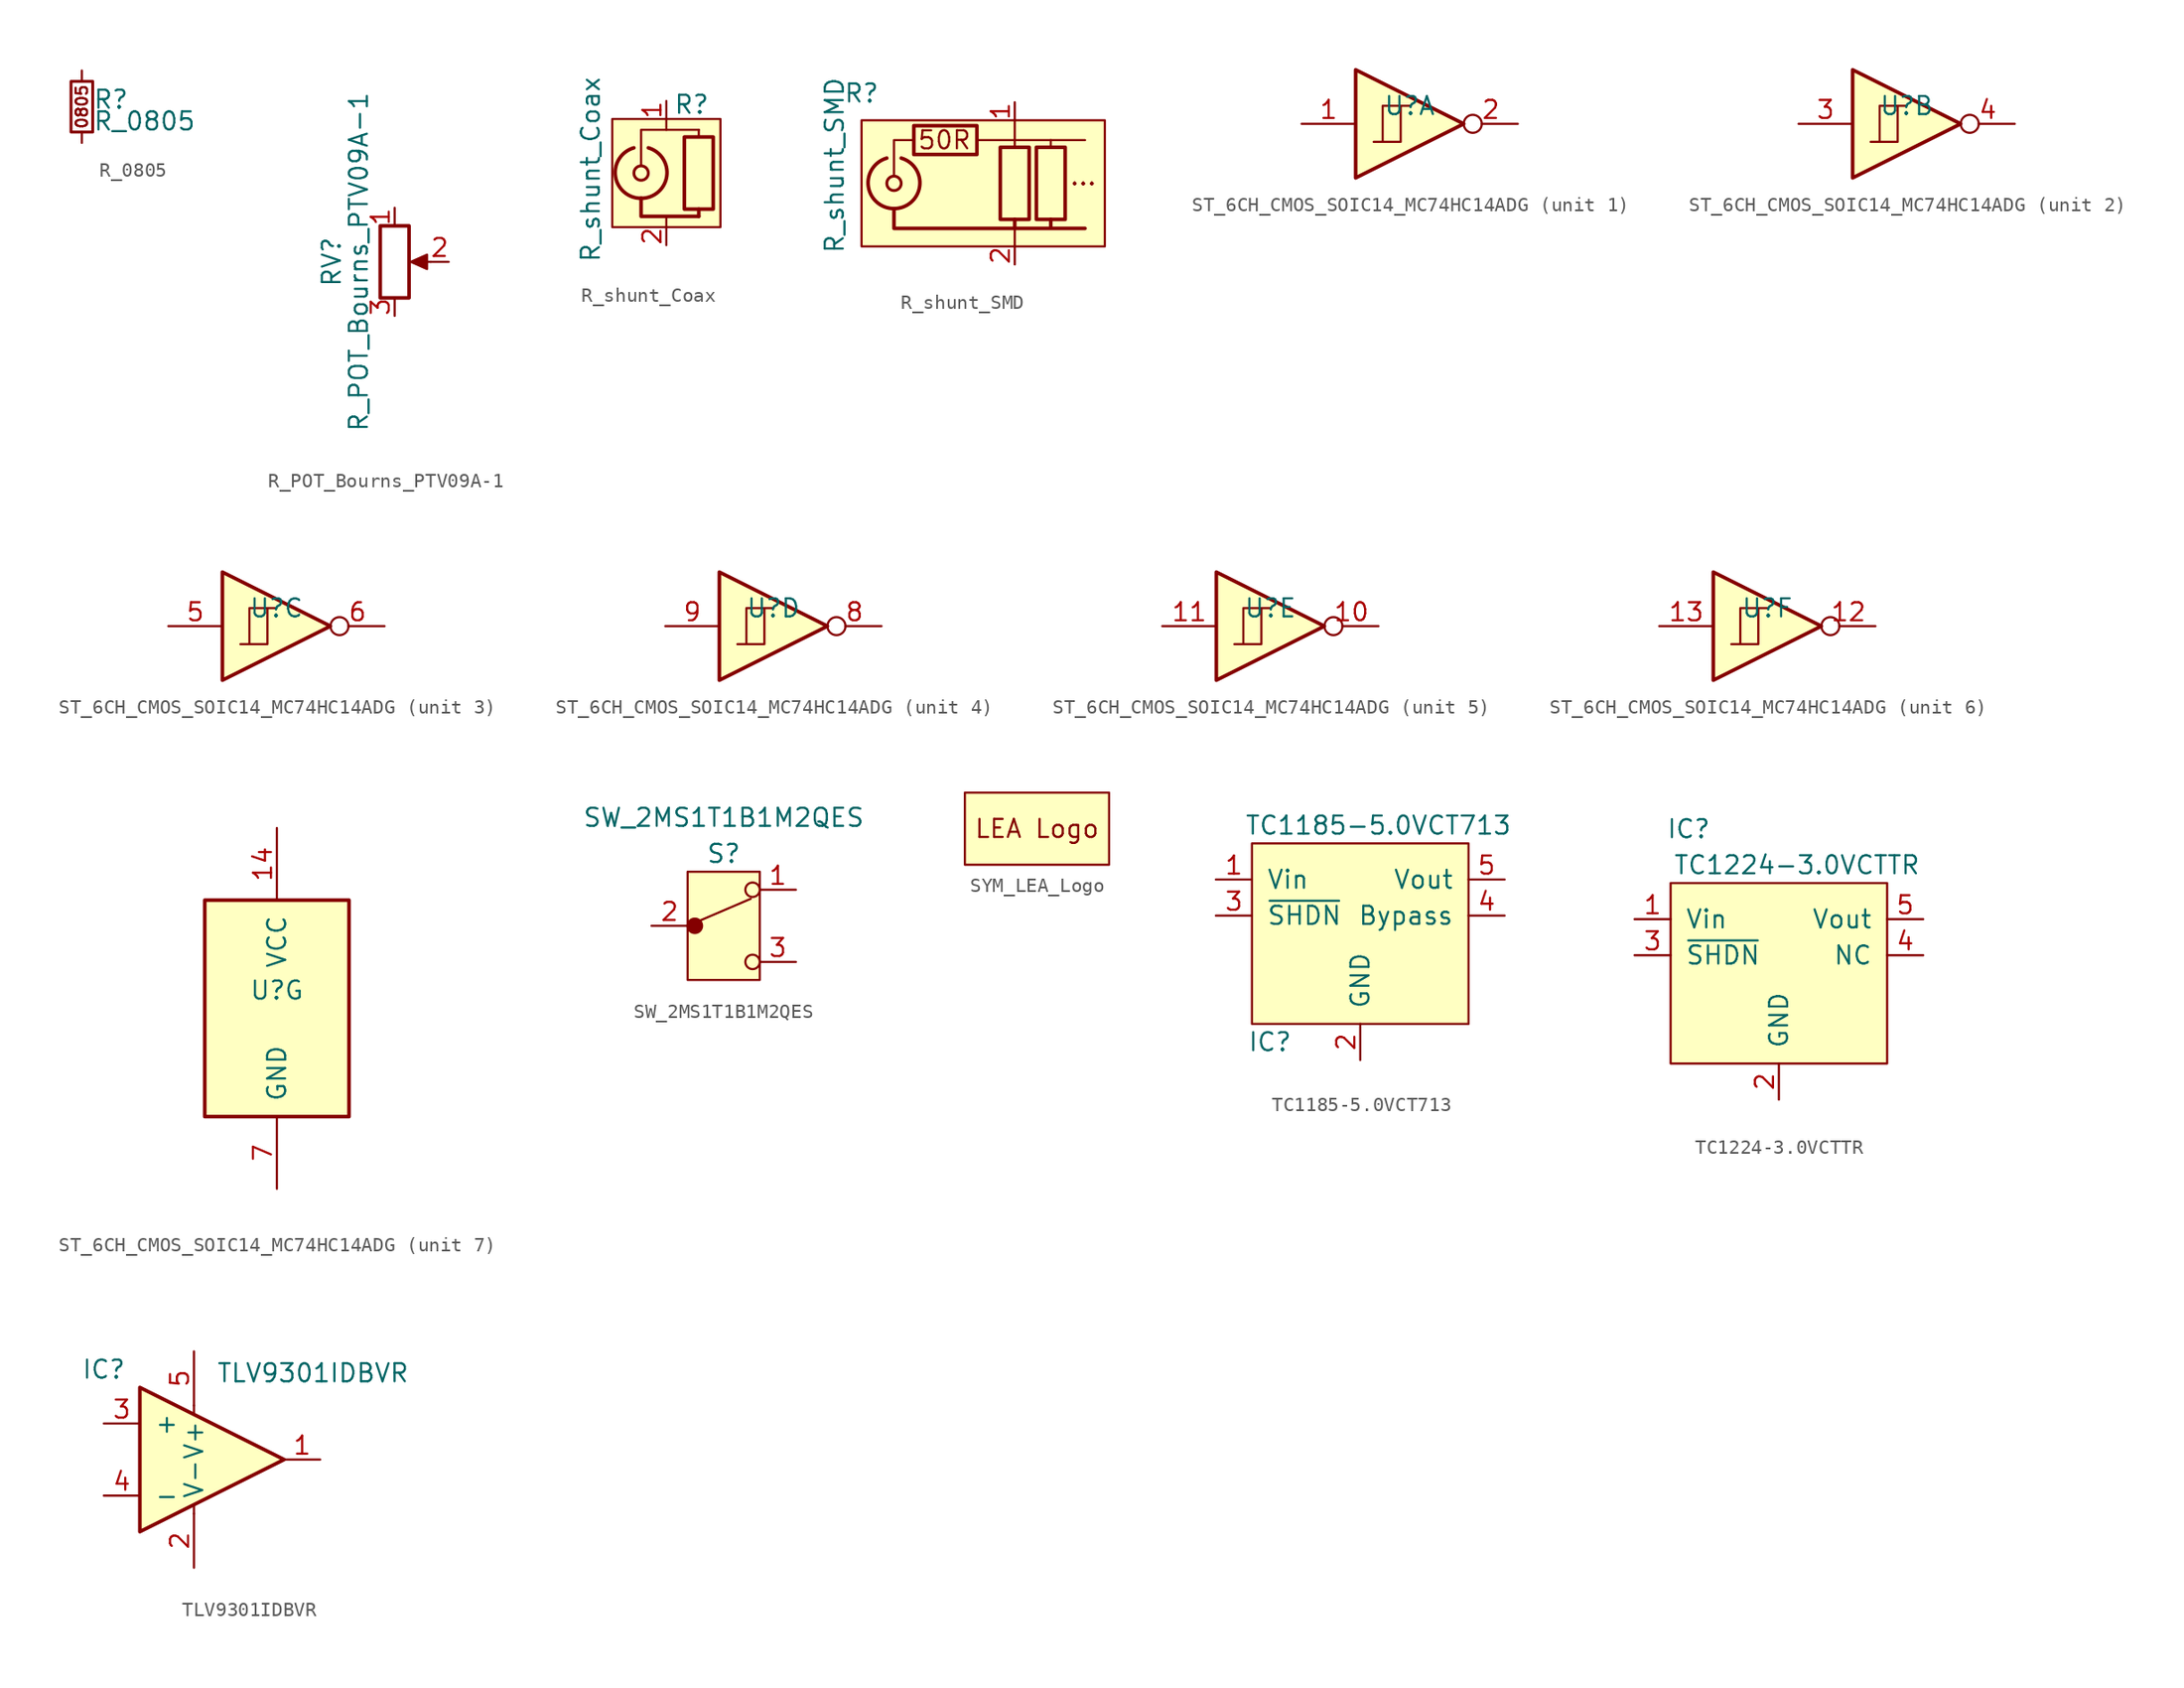
<source format=kicad_sym>
(kicad_symbol_lib
  (version 20211014)
  (generator kicad_symbol_editor)
  (symbol "R_0805"
    (pin_numbers hide)
    (pin_names
      (offset 0.254) hide)
    (property "Reference" "R"
      (at 0.762 0.508 0)
      (effects (font (size 1.27 1.27)) (justify left)))
    (property "Value" "R_0805"
      (at 0.762 -1.016 0)
      (effects (font (size 1.27 1.27)) (justify left)))
    (symbol "R_0805_0_0"
      (text "0805" (at 0 0 900) (effects (font (size 0.8 0.8)))))
    (symbol "R_0805_0_1"
      (rectangle (start -0.762 1.778) (end 0.762 -1.778) (stroke (width 0.203) (type default) (color 0 0 0 0)) (fill (type none))))
    (symbol "R_0805_1_1"
      (pin passive line (at 0 2.54 270) (length 0.762) (name "~" (effects (font (size 1.27 1.27)))) (number "1" (effects (font (size 1.27 1.27)))))
      (pin passive line (at 0 -2.54 90) (length 0.762) (name "~" (effects (font (size 1.27 1.27)))) (number "2" (effects (font (size 1.27 1.27)))))))
  (symbol "R_POT_Bourns_PTV09A-1"
    (pin_names
      (offset 1.016) hide)
    (property "Reference" "RV"
      (at -4.445 0 90)
      (effects (font (size 1.27 1.27))))
    (property "Value" "R_POT_Bourns_PTV09A-1"
      (at -2.54 0 90)
      (effects (font (size 1.27 1.27))))
    (symbol "R_POT_Bourns_PTV09A-1_0_1"
      (polyline (pts (xy 2.54 0) (xy 1.524 0)) (stroke (width 0) (type default) (color 0 0 0 0)) (fill (type none)))
      (polyline (pts (xy 1.143 0) (xy 2.286 0.508) (xy 2.286 -0.508) (xy 1.143 0)) (stroke (width 0) (type default) (color 0 0 0 0)) (fill (type outline)))
      (rectangle (start 1.016 2.54) (end -1.016 -2.54) (stroke (width 0.254) (type default) (color 0 0 0 0)) (fill (type none))))
    (symbol "R_POT_Bourns_PTV09A-1_1_1"
      (pin passive line (at 0 3.81 270) (length 1.27) (name "1" (effects (font (size 1.27 1.27)))) (number "1" (effects (font (size 1.27 1.27)))))
      (pin passive line (at 3.81 0 180) (length 1.27) (name "2" (effects (font (size 1.27 1.27)))) (number "2" (effects (font (size 1.27 1.27)))))
      (pin passive line (at 0 -3.81 90) (length 1.27) (name "3" (effects (font (size 1.27 1.27)))) (number "3" (effects (font (size 1.27 1.27)))))))
  (symbol "R_shunt_Coax"
    (property "Reference" "R"
      (at 1.778 4.826 0)
      (effects (font (size 1.27 1.27))))
    (property "Value" "R_shunt_Coax"
      (at -5.334 0.254 90)
      (effects (font (size 1.27 1.27))))
    (symbol "R_shunt_Coax_0_0"
      (polyline (pts (xy 2.286 2.54) (xy 2.286 3.048)) (stroke (width 0) (type default) (color 0 0 0 0)) (fill (type none)))
      (polyline (pts (xy 2.286 -3.048) (xy -1.778 -3.048) (xy -1.778 -1.778)) (stroke (width 0.254) (type default) (color 0 0 0 0)) (fill (type none)))
      (polyline (pts (xy 2.286 3.048) (xy -1.778 3.048) (xy -1.778 0.508)) (stroke (width 0) (type default) (color 0 0 0 0)) (fill (type none))))
    (symbol "R_shunt_Coax_0_1"
      (rectangle (start -3.81 3.81) (end 3.81 -3.81) (stroke (width 0) (type default) (color 0 0 0 0)) (fill (type background)))
      (arc (start -2.286 1.778) (mid -3.586 -0.222) (end -1.778 -1.778) (stroke (width 0.254) (type default) (color 0 0 0 0)) (fill (type none)))
      (arc (start -1.778 -1.778) (mid 0.0303 -0.222) (end -1.27 1.778) (stroke (width 0.254) (type default) (color 0 0 0 0)) (fill (type none)))
      (circle (center -1.778 0) (radius 0.508) (stroke (width 0.203) (type default) (color 0 0 0 0)) (fill (type none)))
      (polyline (pts (xy 0 -3.81) (xy 0 -3.048)) (stroke (width 0) (type default) (color 0 0 0 0)) (fill (type none)))
      (polyline (pts (xy 0 3.81) (xy 0 3.048)) (stroke (width 0) (type default) (color 0 0 0 0)) (fill (type none)))
      (polyline (pts (xy 2.286 -2.54) (xy 2.286 -3.048)) (stroke (width 0.254) (type default) (color 0 0 0 0)) (fill (type none)))
      (rectangle (start 1.27 -2.54) (end 3.302 2.54) (stroke (width 0.254) (type default) (color 0 0 0 0)) (fill (type none))))
    (symbol "R_shunt_Coax_1_1"
      (pin passive line (at 0 5.08 270) (length 1.27) (name "~" (effects (font (size 1.27 1.27)))) (number "1" (effects (font (size 1.27 1.27)))))
      (pin passive line (at 0 -5.08 90) (length 1.27) (name "~" (effects (font (size 1.27 1.27)))) (number "2" (effects (font (size 1.27 1.27)))))))
  (symbol "R_shunt_SMD"
    (property "Reference" "R"
      (at -10.795 5.715 0)
      (effects (font (size 1.27 1.27))))
    (property "Value" "R_shunt_SMD"
      (at -12.7 0.635 90)
      (effects (font (size 1.27 1.27))))
    (symbol "R_shunt_SMD_0_0"
      (polyline (pts (xy 0 1.905) (xy 0 2.413)) (stroke (width 0) (type default) (color 0 0 0 0)) (fill (type none)))
      (polyline (pts (xy 2.54 1.905) (xy 2.54 2.413)) (stroke (width 0) (type default) (color 0 0 0 0)) (fill (type none)))
      (polyline (pts (xy 4.953 2.413) (xy -2.667 2.413)) (stroke (width 0) (type default) (color 0 0 0 0)) (fill (type none)))
      (polyline (pts (xy -7.112 2.413) (xy -8.509 2.413) (xy -8.509 -0.127)) (stroke (width 0) (type default) (color 0 0 0 0)) (fill (type none)))
      (polyline (pts (xy 4.953 -3.81) (xy -8.509 -3.81) (xy -8.509 -2.54)) (stroke (width 0.254) (type default) (color 0 0 0 0)) (fill (type none)))
      (text "..." (at 4.826 -0.127 0) (effects (font (size 1.27 1.27))))
      (text "50R" (at -4.953 2.413 0) (effects (font (size 1.27 1.27)))))
    (symbol "R_shunt_SMD_0_1"
      (rectangle (start -10.795 3.81) (end 6.35 -5.08) (stroke (width 0) (type default) (color 0 0 0 0)) (fill (type background)))
      (arc (start -9.017 1.143) (mid -10.317 -0.857) (end -8.509 -2.413) (stroke (width 0.254) (type default) (color 0 0 0 0)) (fill (type none)))
      (arc (start -8.509 -2.413) (mid -6.7007 -0.857) (end -8.001 1.143) (stroke (width 0.254) (type default) (color 0 0 0 0)) (fill (type none)))
      (circle (center -8.509 -0.635) (radius 0.508) (stroke (width 0.203) (type default) (color 0 0 0 0)) (fill (type none)))
      (rectangle (start -7.112 3.429) (end -2.667 1.397) (stroke (width 0.254) (type default) (color 0 0 0 0)) (fill (type none)))
      (rectangle (start -1.016 -3.175) (end 1.016 1.905) (stroke (width 0.254) (type default) (color 0 0 0 0)) (fill (type none)))
      (polyline (pts (xy 0 -5.08) (xy 0 -3.81)) (stroke (width 0) (type default) (color 0 0 0 0)) (fill (type none)))
      (polyline (pts (xy 0 -3.175) (xy 0 -3.683)) (stroke (width 0.254) (type default) (color 0 0 0 0)) (fill (type none)))
      (polyline (pts (xy 0 2.413) (xy 0 3.81)) (stroke (width 0) (type default) (color 0 0 0 0)) (fill (type none)))
      (polyline (pts (xy 2.54 -3.175) (xy 2.54 -3.683)) (stroke (width 0.254) (type default) (color 0 0 0 0)) (fill (type none)))
      (rectangle (start 1.524 -3.175) (end 3.556 1.905) (stroke (width 0.254) (type default) (color 0 0 0 0)) (fill (type none))))
    (symbol "R_shunt_SMD_1_1"
      (pin passive line (at 0 5.08 270) (length 1.27) (name "~" (effects (font (size 1.27 1.27)))) (number "1" (effects (font (size 1.27 1.27)))))
      (pin passive line (at 0 -6.35 90) (length 1.27) (name "~" (effects (font (size 1.27 1.27)))) (number "2" (effects (font (size 1.27 1.27)))))))
  (symbol "ST_6CH_CMOS_SOIC14_MC74HC14ADG"
    (pin_names
      (offset 1.016))
    (property "Reference" "U"
      (at 0 1.27 0)
      (effects (font (size 1.27 1.27))))
    (property "ki_locked" ""
      (at 0 0 0)
      (effects (font (size 1.27 1.27))))
    (symbol "ST_6CH_CMOS_SOIC14_MC74HC14ADG_1_0"
      (polyline (pts (xy -3.81 3.81) (xy -3.81 -3.81) (xy 3.81 0) (xy -3.81 3.81)) (stroke (width 0.254) (type default) (color 0 0 0 0)) (fill (type background)))
      (pin input line (at -7.62 0 0) (length 3.81) (name "~" (effects (font (size 1.27 1.27)))) (number "1" (effects (font (size 1.27 1.27)))))
      (pin output inverted (at 7.62 0 180) (length 3.81) (name "~" (effects (font (size 1.27 1.27)))) (number "2" (effects (font (size 1.27 1.27))))))
    (symbol "ST_6CH_CMOS_SOIC14_MC74HC14ADG_1_1"
      (polyline (pts (xy -1.905 -1.27) (xy -1.905 1.27) (xy -0.635 1.27)) (stroke (width 0) (type default) (color 0 0 0 0)) (fill (type none)))
      (polyline (pts (xy -2.54 -1.27) (xy -0.635 -1.27) (xy -0.635 1.27) (xy 0 1.27)) (stroke (width 0) (type default) (color 0 0 0 0)) (fill (type none))))
    (symbol "ST_6CH_CMOS_SOIC14_MC74HC14ADG_2_0"
      (polyline (pts (xy -3.81 3.81) (xy -3.81 -3.81) (xy 3.81 0) (xy -3.81 3.81)) (stroke (width 0.254) (type default) (color 0 0 0 0)) (fill (type background)))
      (pin input line (at -7.62 0 0) (length 3.81) (name "~" (effects (font (size 1.27 1.27)))) (number "3" (effects (font (size 1.27 1.27)))))
      (pin output inverted (at 7.62 0 180) (length 3.81) (name "~" (effects (font (size 1.27 1.27)))) (number "4" (effects (font (size 1.27 1.27))))))
    (symbol "ST_6CH_CMOS_SOIC14_MC74HC14ADG_2_1"
      (polyline (pts (xy -1.905 -1.27) (xy -1.905 1.27) (xy -0.635 1.27)) (stroke (width 0) (type default) (color 0 0 0 0)) (fill (type none)))
      (polyline (pts (xy -2.54 -1.27) (xy -0.635 -1.27) (xy -0.635 1.27) (xy 0 1.27)) (stroke (width 0) (type default) (color 0 0 0 0)) (fill (type none))))
    (symbol "ST_6CH_CMOS_SOIC14_MC74HC14ADG_3_0"
      (polyline (pts (xy -3.81 3.81) (xy -3.81 -3.81) (xy 3.81 0) (xy -3.81 3.81)) (stroke (width 0.254) (type default) (color 0 0 0 0)) (fill (type background)))
      (pin input line (at -7.62 0 0) (length 3.81) (name "~" (effects (font (size 1.27 1.27)))) (number "5" (effects (font (size 1.27 1.27)))))
      (pin output inverted (at 7.62 0 180) (length 3.81) (name "~" (effects (font (size 1.27 1.27)))) (number "6" (effects (font (size 1.27 1.27))))))
    (symbol "ST_6CH_CMOS_SOIC14_MC74HC14ADG_3_1"
      (polyline (pts (xy -1.905 -1.27) (xy -1.905 1.27) (xy -0.635 1.27)) (stroke (width 0) (type default) (color 0 0 0 0)) (fill (type none)))
      (polyline (pts (xy -2.54 -1.27) (xy -0.635 -1.27) (xy -0.635 1.27) (xy 0 1.27)) (stroke (width 0) (type default) (color 0 0 0 0)) (fill (type none))))
    (symbol "ST_6CH_CMOS_SOIC14_MC74HC14ADG_4_0"
      (polyline (pts (xy -3.81 3.81) (xy -3.81 -3.81) (xy 3.81 0) (xy -3.81 3.81)) (stroke (width 0.254) (type default) (color 0 0 0 0)) (fill (type background)))
      (pin output inverted (at 7.62 0 180) (length 3.81) (name "~" (effects (font (size 1.27 1.27)))) (number "8" (effects (font (size 1.27 1.27)))))
      (pin input line (at -7.62 0 0) (length 3.81) (name "~" (effects (font (size 1.27 1.27)))) (number "9" (effects (font (size 1.27 1.27))))))
    (symbol "ST_6CH_CMOS_SOIC14_MC74HC14ADG_4_1"
      (polyline (pts (xy -1.905 -1.27) (xy -1.905 1.27) (xy -0.635 1.27)) (stroke (width 0) (type default) (color 0 0 0 0)) (fill (type none)))
      (polyline (pts (xy -2.54 -1.27) (xy -0.635 -1.27) (xy -0.635 1.27) (xy 0 1.27)) (stroke (width 0) (type default) (color 0 0 0 0)) (fill (type none))))
    (symbol "ST_6CH_CMOS_SOIC14_MC74HC14ADG_5_0"
      (polyline (pts (xy -3.81 3.81) (xy -3.81 -3.81) (xy 3.81 0) (xy -3.81 3.81)) (stroke (width 0.254) (type default) (color 0 0 0 0)) (fill (type background)))
      (pin output inverted (at 7.62 0 180) (length 3.81) (name "~" (effects (font (size 1.27 1.27)))) (number "10" (effects (font (size 1.27 1.27)))))
      (pin input line (at -7.62 0 0) (length 3.81) (name "~" (effects (font (size 1.27 1.27)))) (number "11" (effects (font (size 1.27 1.27))))))
    (symbol "ST_6CH_CMOS_SOIC14_MC74HC14ADG_5_1"
      (polyline (pts (xy -1.905 -1.27) (xy -1.905 1.27) (xy -0.635 1.27)) (stroke (width 0) (type default) (color 0 0 0 0)) (fill (type none)))
      (polyline (pts (xy -2.54 -1.27) (xy -0.635 -1.27) (xy -0.635 1.27) (xy 0 1.27)) (stroke (width 0) (type default) (color 0 0 0 0)) (fill (type none))))
    (symbol "ST_6CH_CMOS_SOIC14_MC74HC14ADG_6_0"
      (polyline (pts (xy -3.81 3.81) (xy -3.81 -3.81) (xy 3.81 0) (xy -3.81 3.81)) (stroke (width 0.254) (type default) (color 0 0 0 0)) (fill (type background)))
      (pin output inverted (at 7.62 0 180) (length 3.81) (name "~" (effects (font (size 1.27 1.27)))) (number "12" (effects (font (size 1.27 1.27)))))
      (pin input line (at -7.62 0 0) (length 3.81) (name "~" (effects (font (size 1.27 1.27)))) (number "13" (effects (font (size 1.27 1.27))))))
    (symbol "ST_6CH_CMOS_SOIC14_MC74HC14ADG_6_1"
      (polyline (pts (xy -1.905 -1.27) (xy -1.905 1.27) (xy -0.635 1.27)) (stroke (width 0) (type default) (color 0 0 0 0)) (fill (type none)))
      (polyline (pts (xy -2.54 -1.27) (xy -0.635 -1.27) (xy -0.635 1.27) (xy 0 1.27)) (stroke (width 0) (type default) (color 0 0 0 0)) (fill (type none))))
    (symbol "ST_6CH_CMOS_SOIC14_MC74HC14ADG_7_0"
      (pin power_in line (at 0 12.7 270) (length 5.08) (name "VCC" (effects (font (size 1.27 1.27)))) (number "14" (effects (font (size 1.27 1.27)))))
      (pin power_in line (at 0 -12.7 90) (length 5.08) (name "GND" (effects (font (size 1.27 1.27)))) (number "7" (effects (font (size 1.27 1.27))))))
    (symbol "ST_6CH_CMOS_SOIC14_MC74HC14ADG_7_1"
      (rectangle (start -5.08 7.62) (end 5.08 -7.62) (stroke (width 0.254) (type default) (color 0 0 0 0)) (fill (type background)))))
  (symbol "SW_2MS1T1B1M2QES"
    (pin_names hide)
    (property "Reference" "S"
      (at 0 5.08 0)
      (effects (font (size 1.27 1.27))))
    (property "Value" "SW_2MS1T1B1M2QES"
      (at 0 7.62 0)
      (effects (font (size 1.27 1.27))))
    (symbol "SW_2MS1T1B1M2QES_1_1"
      (circle (center -2.032 0) (radius 0.508) (stroke (width 0) (type default) (color 0 0 0 0)) (fill (type outline)))
      (polyline (pts (xy -2.54 0) (xy 1.905 1.905)) (stroke (width 0) (type default) (color 0 0 0 0)) (fill (type none)))
      (circle (center 2.032 -2.54) (radius 0.508) (stroke (width 0) (type default) (color 0 0 0 0)) (fill (type none)))
      (circle (center 2.032 2.54) (radius 0.508) (stroke (width 0) (type default) (color 0 0 0 0)) (fill (type none)))
      (rectangle (start 2.54 -3.81) (end -2.54 3.81) (stroke (width 0) (type default) (color 0 0 0 0)) (fill (type background)))
      (pin passive line (at 5.08 2.54 180) (length 2.54) (name "1" (effects (font (size 1.27 1.27)))) (number "1" (effects (font (size 1.27 1.27)))))
      (pin passive line (at -5.08 0 0) (length 2.54) (name "2" (effects (font (size 1.27 1.27)))) (number "2" (effects (font (size 1.27 1.27)))))
      (pin passive line (at 5.08 -2.54 180) (length 2.54) (name "3" (effects (font (size 1.27 1.27)))) (number "3" (effects (font (size 1.27 1.27)))))))
  (symbol "SYM_LEA_Logo"
    (property "Reference" "SYM"
      (at -3.81 3.81 0)
      (effects (font (size 1.27 1.27)) hide))
    (symbol "SYM_LEA_Logo_0_0"
      (text "LEA Logo" (at 0 0 0) (effects (font (size 1.27 1.27)))))
    (symbol "SYM_LEA_Logo_0_1"
      (rectangle (start -5.08 2.54) (end 5.08 -2.54) (stroke (width 0) (type default) (color 0 0 0 0)) (fill (type background)))))
  (symbol "TC1185-5.0VCT713"
    (pin_names
      (offset 1.016))
    (property "Reference" "IC"
      (at -6.35 -7.62 0)
      (effects (font (size 1.27 1.27))))
    (property "Value" "TC1185-5.0VCT713"
      (at 1.27 7.62 0)
      (effects (font (size 1.27 1.27))))
    (symbol "TC1185-5.0VCT713_0_1"
      (rectangle (start -7.62 6.35) (end 7.62 -6.35) (stroke (width 0) (type default) (color 0 0 0 0)) (fill (type background))))
    (symbol "TC1185-5.0VCT713_1_1"
      (pin power_in line (at -10.16 3.81 0) (length 2.54) (name "Vin" (effects (font (size 1.27 1.27)))) (number "1" (effects (font (size 1.27 1.27)))))
      (pin power_in line (at 0 -8.89 90) (length 2.54) (name "GND" (effects (font (size 1.27 1.27)))) (number "2" (effects (font (size 1.27 1.27)))))
      (pin input line (at -10.16 1.27 0) (length 2.54) (name "~{SHDN}" (effects (font (size 1.27 1.27)))) (number "3" (effects (font (size 1.27 1.27)))))
      (pin passive line (at 10.16 1.27 180) (length 2.54) (name "Bypass" (effects (font (size 1.27 1.27)))) (number "4" (effects (font (size 1.27 1.27)))))
      (pin power_out line (at 10.16 3.81 180) (length 2.54) (name "Vout" (effects (font (size 1.27 1.27)))) (number "5" (effects (font (size 1.27 1.27)))))))
  (symbol "TC1224-3.0VCTTR"
    (pin_names
      (offset 1.016))
    (property "Reference" "IC"
      (at -6.35 7.62 0)
      (effects (font (size 1.27 1.27))))
    (property "Value" "TC1224-3.0VCTTR"
      (at 1.27 5.08 0)
      (effects (font (size 1.27 1.27))))
    (symbol "TC1224-3.0VCTTR_1_1"
      (rectangle (start -7.62 3.81) (end 7.62 -8.89) (stroke (width 0) (type default) (color 0 0 0 0)) (fill (type background)))
      (pin power_in line (at -10.16 1.27 0) (length 2.54) (name "Vin" (effects (font (size 1.27 1.27)))) (number "1" (effects (font (size 1.27 1.27)))))
      (pin power_in line (at 0 -11.43 90) (length 2.54) (name "GND" (effects (font (size 1.27 1.27)))) (number "2" (effects (font (size 1.27 1.27)))))
      (pin input line (at -10.16 -1.27 0) (length 2.54) (name "~{SHDN}" (effects (font (size 1.27 1.27)))) (number "3" (effects (font (size 1.27 1.27)))))
      (pin passive line (at 10.16 -1.27 180) (length 2.54) (name "NC" (effects (font (size 1.27 1.27)))) (number "4" (effects (font (size 1.27 1.27)))))
      (pin power_out line (at 10.16 1.27 180) (length 2.54) (name "Vout" (effects (font (size 1.27 1.27)))) (number "5" (effects (font (size 1.27 1.27)))))))
  (symbol "TLV9301IDBVR"
    (pin_names
      (offset 1.016))
    (property "Reference" "IC"
      (at -5.08 6.35 0)
      (effects (font (size 1.27 1.27))))
    (property "Value" "TLV9301IDBVR"
      (at 9.652 6.096 0)
      (effects (font (size 1.27 1.27))))
    (symbol "TLV9301IDBVR_0_1"
      (polyline (pts (xy 1.27 -3.81) (xy 1.27 -3.302)) (stroke (width 0) (type default) (color 0 0 0 0)) (fill (type none)))
      (polyline (pts (xy 1.27 3.81) (xy 1.27 3.302)) (stroke (width 0) (type default) (color 0 0 0 0)) (fill (type none))))
    (symbol "TLV9301IDBVR_1_1"
      (polyline (pts (xy -2.54 5.08) (xy 7.62 0) (xy -2.54 -5.08) (xy -2.54 5.08)) (stroke (width 0.254) (type default) (color 0 0 0 0)) (fill (type background)))
      (pin output line (at 10.16 0 180) (length 2.54) (name "~" (effects (font (size 1.27 1.27)))) (number "1" (effects (font (size 1.27 1.27)))))
      (pin power_in line (at 1.27 -7.62 90) (length 3.81) (name "V-" (effects (font (size 1.27 1.27)))) (number "2" (effects (font (size 1.27 1.27)))))
      (pin input line (at -5.08 2.54 0) (length 2.54) (name "+" (effects (font (size 1.27 1.27)))) (number "3" (effects (font (size 1.27 1.27)))))
      (pin input line (at -5.08 -2.54 0) (length 2.54) (name "-" (effects (font (size 1.27 1.27)))) (number "4" (effects (font (size 1.27 1.27)))))
      (pin power_in line (at 1.27 7.62 270) (length 3.81) (name "V+" (effects (font (size 1.27 1.27)))) (number "5" (effects (font (size 1.27 1.27))))))))
</source>
